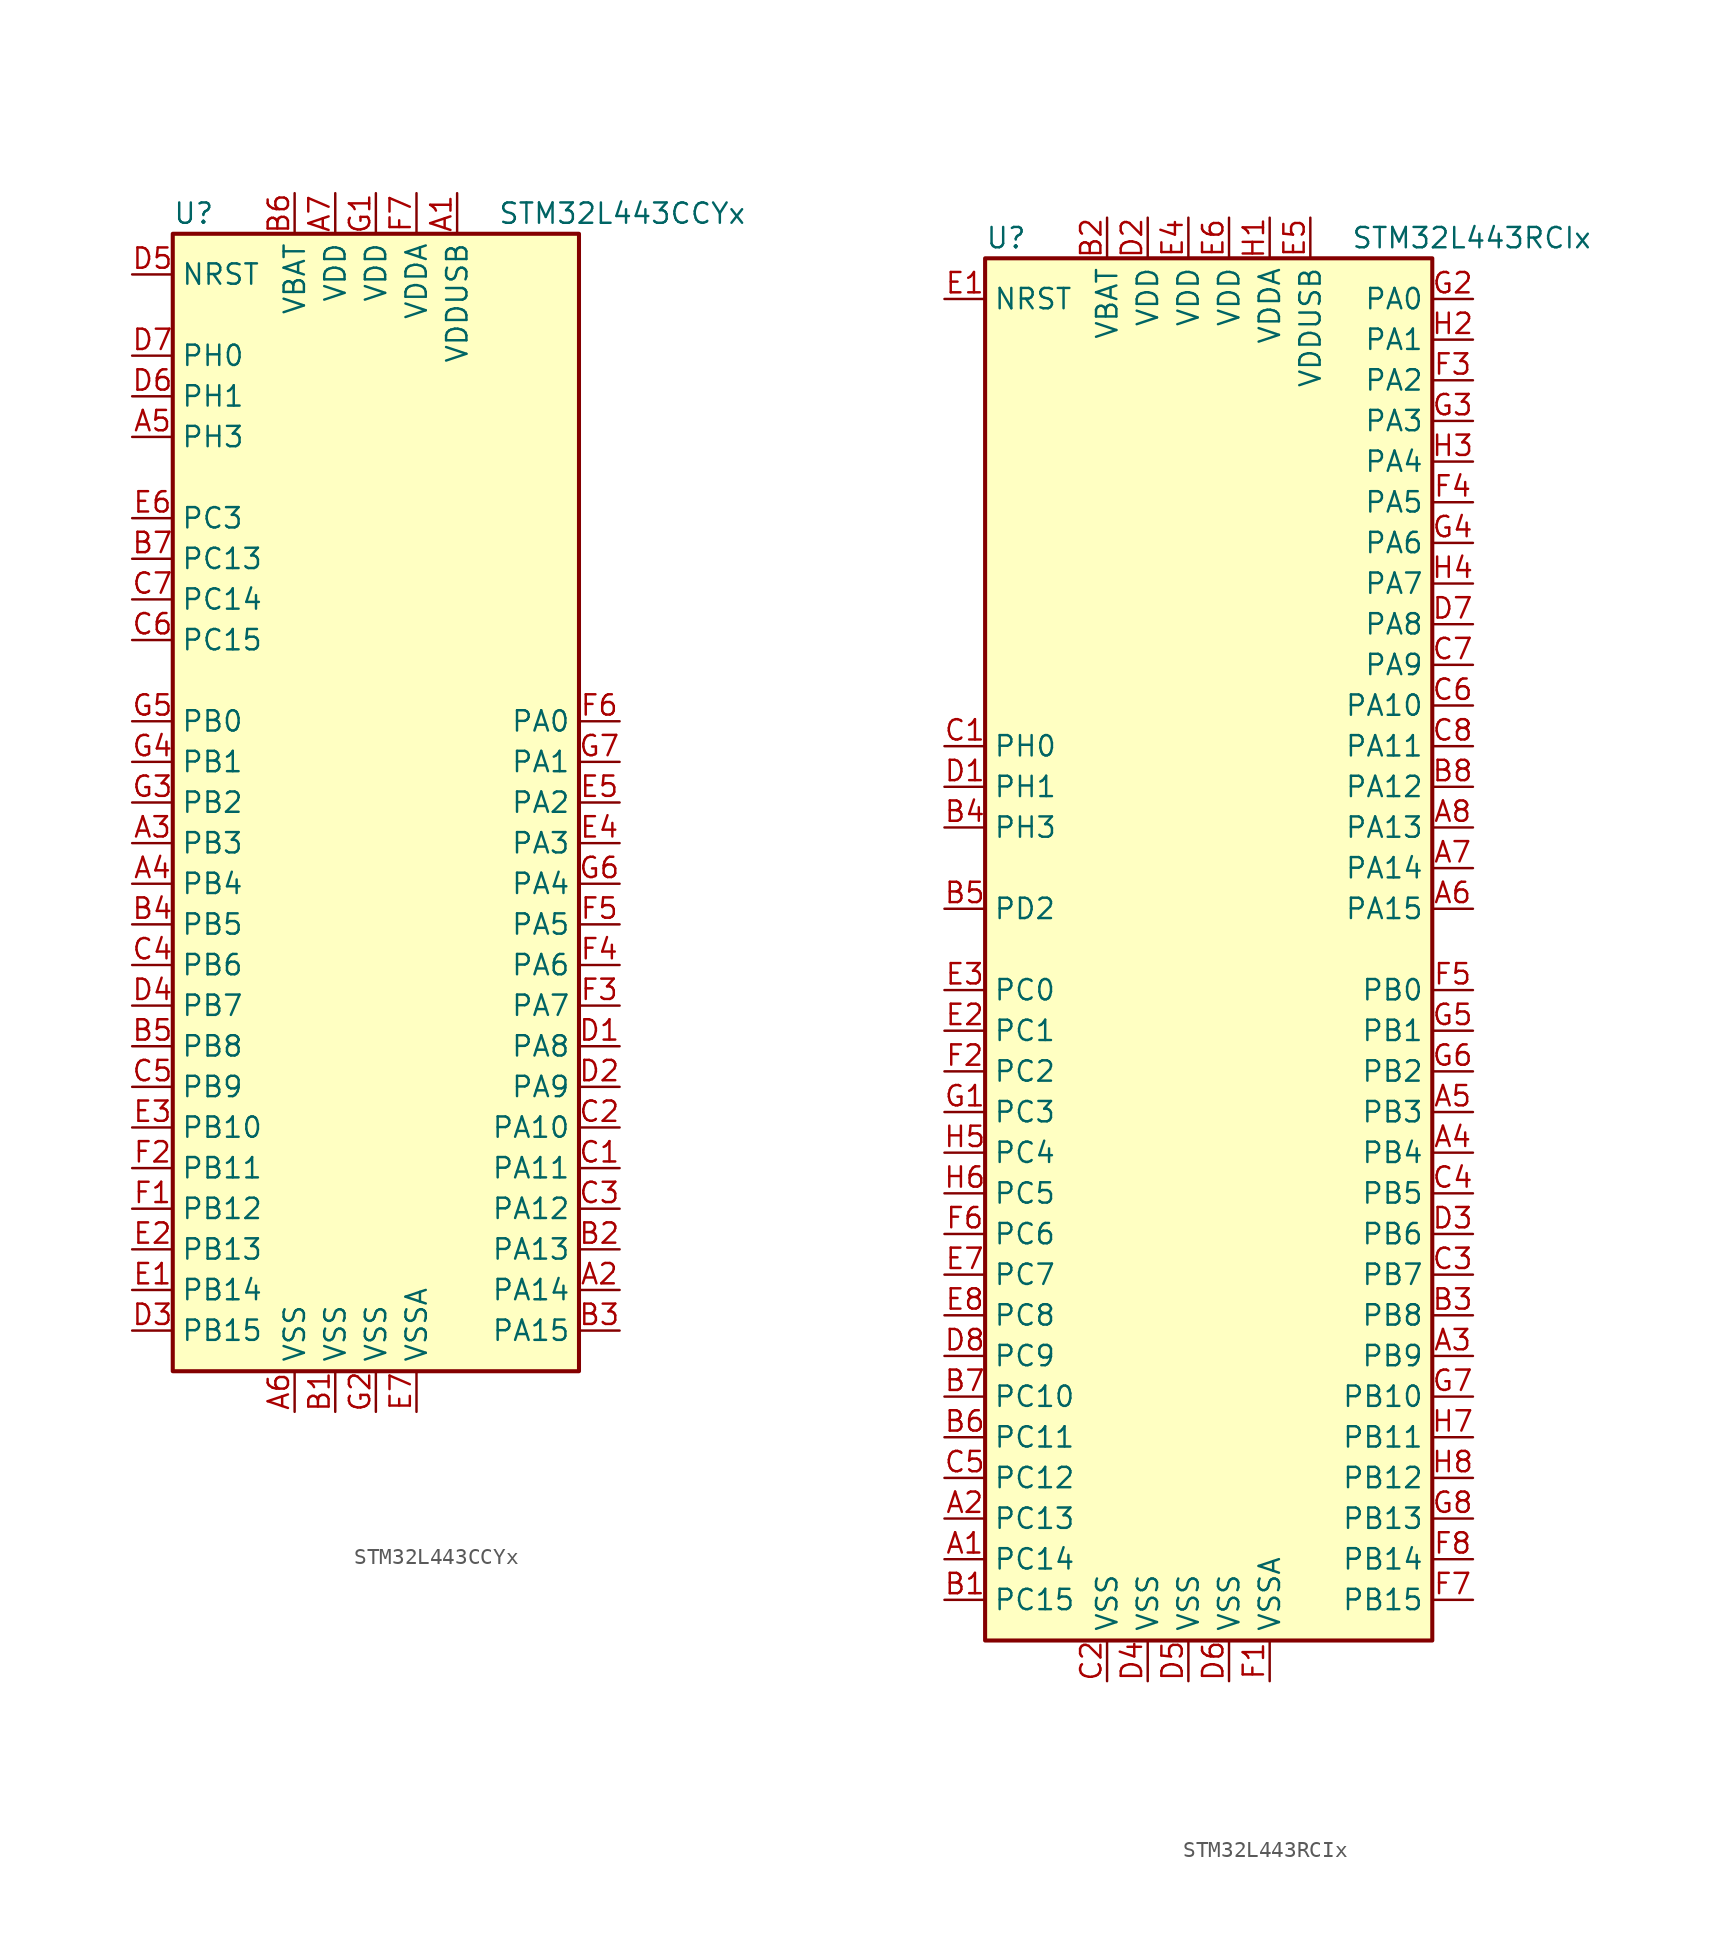
<source format=kicad_sym>
(kicad_symbol_lib
  (version 20201005)
  (generator kicad_symbol_editor)
  (symbol "STM32L443CCYx"
    (property "Reference" "U"
      (at -12.7 36.83 0)
      (effects (font (size 1.27 1.27)) (justify left)))
    (property "Value" "STM32L443CCYx"
      (at 7.62 36.83 0)
      (effects (font (size 1.27 1.27)) (justify left)))
    (symbol "STM32L443CCYx_0_1"
      (rectangle (start -12.7 -35.56) (end 12.7 35.56) (stroke (width 0.254)) (fill (type background))))
    (symbol "STM32L443CCYx_1_1"
      (pin input line (at -15.24 33.02 0) (length 2.54) (name "NRST" (effects (font (size 1.27 1.27)))) (number "D5" (effects (font (size 1.27 1.27)))))
      (pin bidirectional line (at 15.24 5.08 180) (length 2.54) (name "PA0" (effects (font (size 1.27 1.27)))) (number "F6" (effects (font (size 1.27 1.27)))))
      (pin bidirectional line (at 15.24 2.54 180) (length 2.54) (name "PA1" (effects (font (size 1.27 1.27)))) (number "G7" (effects (font (size 1.27 1.27)))))
      (pin bidirectional line (at 15.24 -20.32 180) (length 2.54) (name "PA10" (effects (font (size 1.27 1.27)))) (number "C2" (effects (font (size 1.27 1.27)))))
      (pin bidirectional line (at 15.24 -22.86 180) (length 2.54) (name "PA11" (effects (font (size 1.27 1.27)))) (number "C1" (effects (font (size 1.27 1.27)))))
      (pin bidirectional line (at 15.24 -25.4 180) (length 2.54) (name "PA12" (effects (font (size 1.27 1.27)))) (number "C3" (effects (font (size 1.27 1.27)))))
      (pin bidirectional line (at 15.24 -27.94 180) (length 2.54) (name "PA13" (effects (font (size 1.27 1.27)))) (number "B2" (effects (font (size 1.27 1.27)))))
      (pin bidirectional line (at 15.24 -30.48 180) (length 2.54) (name "PA14" (effects (font (size 1.27 1.27)))) (number "A2" (effects (font (size 1.27 1.27)))))
      (pin bidirectional line (at 15.24 -33.02 180) (length 2.54) (name "PA15" (effects (font (size 1.27 1.27)))) (number "B3" (effects (font (size 1.27 1.27)))))
      (pin bidirectional line (at 15.24 0 180) (length 2.54) (name "PA2" (effects (font (size 1.27 1.27)))) (number "E5" (effects (font (size 1.27 1.27)))))
      (pin bidirectional line (at 15.24 -2.54 180) (length 2.54) (name "PA3" (effects (font (size 1.27 1.27)))) (number "E4" (effects (font (size 1.27 1.27)))))
      (pin bidirectional line (at 15.24 -5.08 180) (length 2.54) (name "PA4" (effects (font (size 1.27 1.27)))) (number "G6" (effects (font (size 1.27 1.27)))))
      (pin bidirectional line (at 15.24 -7.62 180) (length 2.54) (name "PA5" (effects (font (size 1.27 1.27)))) (number "F5" (effects (font (size 1.27 1.27)))))
      (pin bidirectional line (at 15.24 -10.16 180) (length 2.54) (name "PA6" (effects (font (size 1.27 1.27)))) (number "F4" (effects (font (size 1.27 1.27)))))
      (pin bidirectional line (at 15.24 -12.7 180) (length 2.54) (name "PA7" (effects (font (size 1.27 1.27)))) (number "F3" (effects (font (size 1.27 1.27)))))
      (pin bidirectional line (at 15.24 -15.24 180) (length 2.54) (name "PA8" (effects (font (size 1.27 1.27)))) (number "D1" (effects (font (size 1.27 1.27)))))
      (pin bidirectional line (at 15.24 -17.78 180) (length 2.54) (name "PA9" (effects (font (size 1.27 1.27)))) (number "D2" (effects (font (size 1.27 1.27)))))
      (pin bidirectional line (at -15.24 5.08 0) (length 2.54) (name "PB0" (effects (font (size 1.27 1.27)))) (number "G5" (effects (font (size 1.27 1.27)))))
      (pin bidirectional line (at -15.24 2.54 0) (length 2.54) (name "PB1" (effects (font (size 1.27 1.27)))) (number "G4" (effects (font (size 1.27 1.27)))))
      (pin bidirectional line (at -15.24 -20.32 0) (length 2.54) (name "PB10" (effects (font (size 1.27 1.27)))) (number "E3" (effects (font (size 1.27 1.27)))))
      (pin bidirectional line (at -15.24 -22.86 0) (length 2.54) (name "PB11" (effects (font (size 1.27 1.27)))) (number "F2" (effects (font (size 1.27 1.27)))))
      (pin bidirectional line (at -15.24 -25.4 0) (length 2.54) (name "PB12" (effects (font (size 1.27 1.27)))) (number "F1" (effects (font (size 1.27 1.27)))))
      (pin bidirectional line (at -15.24 -27.94 0) (length 2.54) (name "PB13" (effects (font (size 1.27 1.27)))) (number "E2" (effects (font (size 1.27 1.27)))))
      (pin bidirectional line (at -15.24 -30.48 0) (length 2.54) (name "PB14" (effects (font (size 1.27 1.27)))) (number "E1" (effects (font (size 1.27 1.27)))))
      (pin bidirectional line (at -15.24 -33.02 0) (length 2.54) (name "PB15" (effects (font (size 1.27 1.27)))) (number "D3" (effects (font (size 1.27 1.27)))))
      (pin bidirectional line (at -15.24 0 0) (length 2.54) (name "PB2" (effects (font (size 1.27 1.27)))) (number "G3" (effects (font (size 1.27 1.27)))))
      (pin bidirectional line (at -15.24 -2.54 0) (length 2.54) (name "PB3" (effects (font (size 1.27 1.27)))) (number "A3" (effects (font (size 1.27 1.27)))))
      (pin bidirectional line (at -15.24 -5.08 0) (length 2.54) (name "PB4" (effects (font (size 1.27 1.27)))) (number "A4" (effects (font (size 1.27 1.27)))))
      (pin bidirectional line (at -15.24 -7.62 0) (length 2.54) (name "PB5" (effects (font (size 1.27 1.27)))) (number "B4" (effects (font (size 1.27 1.27)))))
      (pin bidirectional line (at -15.24 -10.16 0) (length 2.54) (name "PB6" (effects (font (size 1.27 1.27)))) (number "C4" (effects (font (size 1.27 1.27)))))
      (pin bidirectional line (at -15.24 -12.7 0) (length 2.54) (name "PB7" (effects (font (size 1.27 1.27)))) (number "D4" (effects (font (size 1.27 1.27)))))
      (pin bidirectional line (at -15.24 -15.24 0) (length 2.54) (name "PB8" (effects (font (size 1.27 1.27)))) (number "B5" (effects (font (size 1.27 1.27)))))
      (pin bidirectional line (at -15.24 -17.78 0) (length 2.54) (name "PB9" (effects (font (size 1.27 1.27)))) (number "C5" (effects (font (size 1.27 1.27)))))
      (pin bidirectional line (at -15.24 15.24 0) (length 2.54) (name "PC13" (effects (font (size 1.27 1.27)))) (number "B7" (effects (font (size 1.27 1.27)))))
      (pin bidirectional line (at -15.24 12.7 0) (length 2.54) (name "PC14" (effects (font (size 1.27 1.27)))) (number "C7" (effects (font (size 1.27 1.27)))))
      (pin bidirectional line (at -15.24 10.16 0) (length 2.54) (name "PC15" (effects (font (size 1.27 1.27)))) (number "C6" (effects (font (size 1.27 1.27)))))
      (pin bidirectional line (at -15.24 17.78 0) (length 2.54) (name "PC3" (effects (font (size 1.27 1.27)))) (number "E6" (effects (font (size 1.27 1.27)))))
      (pin input line (at -15.24 27.94 0) (length 2.54) (name "PH0" (effects (font (size 1.27 1.27)))) (number "D7" (effects (font (size 1.27 1.27)))))
      (pin input line (at -15.24 25.4 0) (length 2.54) (name "PH1" (effects (font (size 1.27 1.27)))) (number "D6" (effects (font (size 1.27 1.27)))))
      (pin bidirectional line (at -15.24 22.86 0) (length 2.54) (name "PH3" (effects (font (size 1.27 1.27)))) (number "A5" (effects (font (size 1.27 1.27)))))
      (pin power_in line (at -5.08 38.1 270) (length 2.54) (name "VBAT" (effects (font (size 1.27 1.27)))) (number "B6" (effects (font (size 1.27 1.27)))))
      (pin power_in line (at -2.54 38.1 270) (length 2.54) (name "VDD" (effects (font (size 1.27 1.27)))) (number "A7" (effects (font (size 1.27 1.27)))))
      (pin power_in line (at 0 38.1 270) (length 2.54) (name "VDD" (effects (font (size 1.27 1.27)))) (number "G1" (effects (font (size 1.27 1.27)))))
      (pin power_in line (at 2.54 38.1 270) (length 2.54) (name "VDDA" (effects (font (size 1.27 1.27)))) (number "F7" (effects (font (size 1.27 1.27)))))
      (pin power_in line (at 5.08 38.1 270) (length 2.54) (name "VDDUSB" (effects (font (size 1.27 1.27)))) (number "A1" (effects (font (size 1.27 1.27)))))
      (pin power_in line (at -5.08 -38.1 90) (length 2.54) (name "VSS" (effects (font (size 1.27 1.27)))) (number "A6" (effects (font (size 1.27 1.27)))))
      (pin power_in line (at -2.54 -38.1 90) (length 2.54) (name "VSS" (effects (font (size 1.27 1.27)))) (number "B1" (effects (font (size 1.27 1.27)))))
      (pin power_in line (at 0 -38.1 90) (length 2.54) (name "VSS" (effects (font (size 1.27 1.27)))) (number "G2" (effects (font (size 1.27 1.27)))))
      (pin power_in line (at 2.54 -38.1 90) (length 2.54) (name "VSSA" (effects (font (size 1.27 1.27)))) (number "E7" (effects (font (size 1.27 1.27)))))))
  (symbol "STM32L443RCIx"
    (property "Reference" "U"
      (at -15.24 44.45 0)
      (effects (font (size 1.27 1.27)) (justify left)))
    (property "Value" "STM32L443RCIx"
      (at 7.62 44.45 0)
      (effects (font (size 1.27 1.27)) (justify left)))
    (symbol "STM32L443RCIx_0_1"
      (rectangle (start -15.24 -43.18) (end 12.7 43.18) (stroke (width 0.254)) (fill (type background))))
    (symbol "STM32L443RCIx_1_1"
      (pin input line (at -17.78 40.64 0) (length 2.54) (name "NRST" (effects (font (size 1.27 1.27)))) (number "E1" (effects (font (size 1.27 1.27)))))
      (pin bidirectional line (at 15.24 40.64 180) (length 2.54) (name "PA0" (effects (font (size 1.27 1.27)))) (number "G2" (effects (font (size 1.27 1.27)))))
      (pin bidirectional line (at 15.24 38.1 180) (length 2.54) (name "PA1" (effects (font (size 1.27 1.27)))) (number "H2" (effects (font (size 1.27 1.27)))))
      (pin bidirectional line (at 15.24 15.24 180) (length 2.54) (name "PA10" (effects (font (size 1.27 1.27)))) (number "C6" (effects (font (size 1.27 1.27)))))
      (pin bidirectional line (at 15.24 12.7 180) (length 2.54) (name "PA11" (effects (font (size 1.27 1.27)))) (number "C8" (effects (font (size 1.27 1.27)))))
      (pin bidirectional line (at 15.24 10.16 180) (length 2.54) (name "PA12" (effects (font (size 1.27 1.27)))) (number "B8" (effects (font (size 1.27 1.27)))))
      (pin bidirectional line (at 15.24 7.62 180) (length 2.54) (name "PA13" (effects (font (size 1.27 1.27)))) (number "A8" (effects (font (size 1.27 1.27)))))
      (pin bidirectional line (at 15.24 5.08 180) (length 2.54) (name "PA14" (effects (font (size 1.27 1.27)))) (number "A7" (effects (font (size 1.27 1.27)))))
      (pin bidirectional line (at 15.24 2.54 180) (length 2.54) (name "PA15" (effects (font (size 1.27 1.27)))) (number "A6" (effects (font (size 1.27 1.27)))))
      (pin bidirectional line (at 15.24 35.56 180) (length 2.54) (name "PA2" (effects (font (size 1.27 1.27)))) (number "F3" (effects (font (size 1.27 1.27)))))
      (pin bidirectional line (at 15.24 33.02 180) (length 2.54) (name "PA3" (effects (font (size 1.27 1.27)))) (number "G3" (effects (font (size 1.27 1.27)))))
      (pin bidirectional line (at 15.24 30.48 180) (length 2.54) (name "PA4" (effects (font (size 1.27 1.27)))) (number "H3" (effects (font (size 1.27 1.27)))))
      (pin bidirectional line (at 15.24 27.94 180) (length 2.54) (name "PA5" (effects (font (size 1.27 1.27)))) (number "F4" (effects (font (size 1.27 1.27)))))
      (pin bidirectional line (at 15.24 25.4 180) (length 2.54) (name "PA6" (effects (font (size 1.27 1.27)))) (number "G4" (effects (font (size 1.27 1.27)))))
      (pin bidirectional line (at 15.24 22.86 180) (length 2.54) (name "PA7" (effects (font (size 1.27 1.27)))) (number "H4" (effects (font (size 1.27 1.27)))))
      (pin bidirectional line (at 15.24 20.32 180) (length 2.54) (name "PA8" (effects (font (size 1.27 1.27)))) (number "D7" (effects (font (size 1.27 1.27)))))
      (pin bidirectional line (at 15.24 17.78 180) (length 2.54) (name "PA9" (effects (font (size 1.27 1.27)))) (number "C7" (effects (font (size 1.27 1.27)))))
      (pin bidirectional line (at 15.24 -2.54 180) (length 2.54) (name "PB0" (effects (font (size 1.27 1.27)))) (number "F5" (effects (font (size 1.27 1.27)))))
      (pin bidirectional line (at 15.24 -5.08 180) (length 2.54) (name "PB1" (effects (font (size 1.27 1.27)))) (number "G5" (effects (font (size 1.27 1.27)))))
      (pin bidirectional line (at 15.24 -27.94 180) (length 2.54) (name "PB10" (effects (font (size 1.27 1.27)))) (number "G7" (effects (font (size 1.27 1.27)))))
      (pin bidirectional line (at 15.24 -30.48 180) (length 2.54) (name "PB11" (effects (font (size 1.27 1.27)))) (number "H7" (effects (font (size 1.27 1.27)))))
      (pin bidirectional line (at 15.24 -33.02 180) (length 2.54) (name "PB12" (effects (font (size 1.27 1.27)))) (number "H8" (effects (font (size 1.27 1.27)))))
      (pin bidirectional line (at 15.24 -35.56 180) (length 2.54) (name "PB13" (effects (font (size 1.27 1.27)))) (number "G8" (effects (font (size 1.27 1.27)))))
      (pin bidirectional line (at 15.24 -38.1 180) (length 2.54) (name "PB14" (effects (font (size 1.27 1.27)))) (number "F8" (effects (font (size 1.27 1.27)))))
      (pin bidirectional line (at 15.24 -40.64 180) (length 2.54) (name "PB15" (effects (font (size 1.27 1.27)))) (number "F7" (effects (font (size 1.27 1.27)))))
      (pin bidirectional line (at 15.24 -7.62 180) (length 2.54) (name "PB2" (effects (font (size 1.27 1.27)))) (number "G6" (effects (font (size 1.27 1.27)))))
      (pin bidirectional line (at 15.24 -10.16 180) (length 2.54) (name "PB3" (effects (font (size 1.27 1.27)))) (number "A5" (effects (font (size 1.27 1.27)))))
      (pin bidirectional line (at 15.24 -12.7 180) (length 2.54) (name "PB4" (effects (font (size 1.27 1.27)))) (number "A4" (effects (font (size 1.27 1.27)))))
      (pin bidirectional line (at 15.24 -15.24 180) (length 2.54) (name "PB5" (effects (font (size 1.27 1.27)))) (number "C4" (effects (font (size 1.27 1.27)))))
      (pin bidirectional line (at 15.24 -17.78 180) (length 2.54) (name "PB6" (effects (font (size 1.27 1.27)))) (number "D3" (effects (font (size 1.27 1.27)))))
      (pin bidirectional line (at 15.24 -20.32 180) (length 2.54) (name "PB7" (effects (font (size 1.27 1.27)))) (number "C3" (effects (font (size 1.27 1.27)))))
      (pin bidirectional line (at 15.24 -22.86 180) (length 2.54) (name "PB8" (effects (font (size 1.27 1.27)))) (number "B3" (effects (font (size 1.27 1.27)))))
      (pin bidirectional line (at 15.24 -25.4 180) (length 2.54) (name "PB9" (effects (font (size 1.27 1.27)))) (number "A3" (effects (font (size 1.27 1.27)))))
      (pin bidirectional line (at -17.78 -2.54 0) (length 2.54) (name "PC0" (effects (font (size 1.27 1.27)))) (number "E3" (effects (font (size 1.27 1.27)))))
      (pin bidirectional line (at -17.78 -5.08 0) (length 2.54) (name "PC1" (effects (font (size 1.27 1.27)))) (number "E2" (effects (font (size 1.27 1.27)))))
      (pin bidirectional line (at -17.78 -27.94 0) (length 2.54) (name "PC10" (effects (font (size 1.27 1.27)))) (number "B7" (effects (font (size 1.27 1.27)))))
      (pin bidirectional line (at -17.78 -30.48 0) (length 2.54) (name "PC11" (effects (font (size 1.27 1.27)))) (number "B6" (effects (font (size 1.27 1.27)))))
      (pin bidirectional line (at -17.78 -33.02 0) (length 2.54) (name "PC12" (effects (font (size 1.27 1.27)))) (number "C5" (effects (font (size 1.27 1.27)))))
      (pin bidirectional line (at -17.78 -35.56 0) (length 2.54) (name "PC13" (effects (font (size 1.27 1.27)))) (number "A2" (effects (font (size 1.27 1.27)))))
      (pin bidirectional line (at -17.78 -38.1 0) (length 2.54) (name "PC14" (effects (font (size 1.27 1.27)))) (number "A1" (effects (font (size 1.27 1.27)))))
      (pin bidirectional line (at -17.78 -40.64 0) (length 2.54) (name "PC15" (effects (font (size 1.27 1.27)))) (number "B1" (effects (font (size 1.27 1.27)))))
      (pin bidirectional line (at -17.78 -7.62 0) (length 2.54) (name "PC2" (effects (font (size 1.27 1.27)))) (number "F2" (effects (font (size 1.27 1.27)))))
      (pin bidirectional line (at -17.78 -10.16 0) (length 2.54) (name "PC3" (effects (font (size 1.27 1.27)))) (number "G1" (effects (font (size 1.27 1.27)))))
      (pin bidirectional line (at -17.78 -12.7 0) (length 2.54) (name "PC4" (effects (font (size 1.27 1.27)))) (number "H5" (effects (font (size 1.27 1.27)))))
      (pin bidirectional line (at -17.78 -15.24 0) (length 2.54) (name "PC5" (effects (font (size 1.27 1.27)))) (number "H6" (effects (font (size 1.27 1.27)))))
      (pin bidirectional line (at -17.78 -17.78 0) (length 2.54) (name "PC6" (effects (font (size 1.27 1.27)))) (number "F6" (effects (font (size 1.27 1.27)))))
      (pin bidirectional line (at -17.78 -20.32 0) (length 2.54) (name "PC7" (effects (font (size 1.27 1.27)))) (number "E7" (effects (font (size 1.27 1.27)))))
      (pin bidirectional line (at -17.78 -22.86 0) (length 2.54) (name "PC8" (effects (font (size 1.27 1.27)))) (number "E8" (effects (font (size 1.27 1.27)))))
      (pin bidirectional line (at -17.78 -25.4 0) (length 2.54) (name "PC9" (effects (font (size 1.27 1.27)))) (number "D8" (effects (font (size 1.27 1.27)))))
      (pin bidirectional line (at -17.78 2.54 0) (length 2.54) (name "PD2" (effects (font (size 1.27 1.27)))) (number "B5" (effects (font (size 1.27 1.27)))))
      (pin input line (at -17.78 12.7 0) (length 2.54) (name "PH0" (effects (font (size 1.27 1.27)))) (number "C1" (effects (font (size 1.27 1.27)))))
      (pin input line (at -17.78 10.16 0) (length 2.54) (name "PH1" (effects (font (size 1.27 1.27)))) (number "D1" (effects (font (size 1.27 1.27)))))
      (pin bidirectional line (at -17.78 7.62 0) (length 2.54) (name "PH3" (effects (font (size 1.27 1.27)))) (number "B4" (effects (font (size 1.27 1.27)))))
      (pin power_in line (at -7.62 45.72 270) (length 2.54) (name "VBAT" (effects (font (size 1.27 1.27)))) (number "B2" (effects (font (size 1.27 1.27)))))
      (pin power_in line (at -5.08 45.72 270) (length 2.54) (name "VDD" (effects (font (size 1.27 1.27)))) (number "D2" (effects (font (size 1.27 1.27)))))
      (pin power_in line (at -2.54 45.72 270) (length 2.54) (name "VDD" (effects (font (size 1.27 1.27)))) (number "E4" (effects (font (size 1.27 1.27)))))
      (pin power_in line (at 0 45.72 270) (length 2.54) (name "VDD" (effects (font (size 1.27 1.27)))) (number "E6" (effects (font (size 1.27 1.27)))))
      (pin power_in line (at 2.54 45.72 270) (length 2.54) (name "VDDA" (effects (font (size 1.27 1.27)))) (number "H1" (effects (font (size 1.27 1.27)))))
      (pin power_in line (at 5.08 45.72 270) (length 2.54) (name "VDDUSB" (effects (font (size 1.27 1.27)))) (number "E5" (effects (font (size 1.27 1.27)))))
      (pin power_in line (at -7.62 -45.72 90) (length 2.54) (name "VSS" (effects (font (size 1.27 1.27)))) (number "C2" (effects (font (size 1.27 1.27)))))
      (pin power_in line (at -5.08 -45.72 90) (length 2.54) (name "VSS" (effects (font (size 1.27 1.27)))) (number "D4" (effects (font (size 1.27 1.27)))))
      (pin power_in line (at -2.54 -45.72 90) (length 2.54) (name "VSS" (effects (font (size 1.27 1.27)))) (number "D5" (effects (font (size 1.27 1.27)))))
      (pin power_in line (at 0 -45.72 90) (length 2.54) (name "VSS" (effects (font (size 1.27 1.27)))) (number "D6" (effects (font (size 1.27 1.27)))))
      (pin power_in line (at 2.54 -45.72 90) (length 2.54) (name "VSSA" (effects (font (size 1.27 1.27)))) (number "F1" (effects (font (size 1.27 1.27))))))))
</source>
